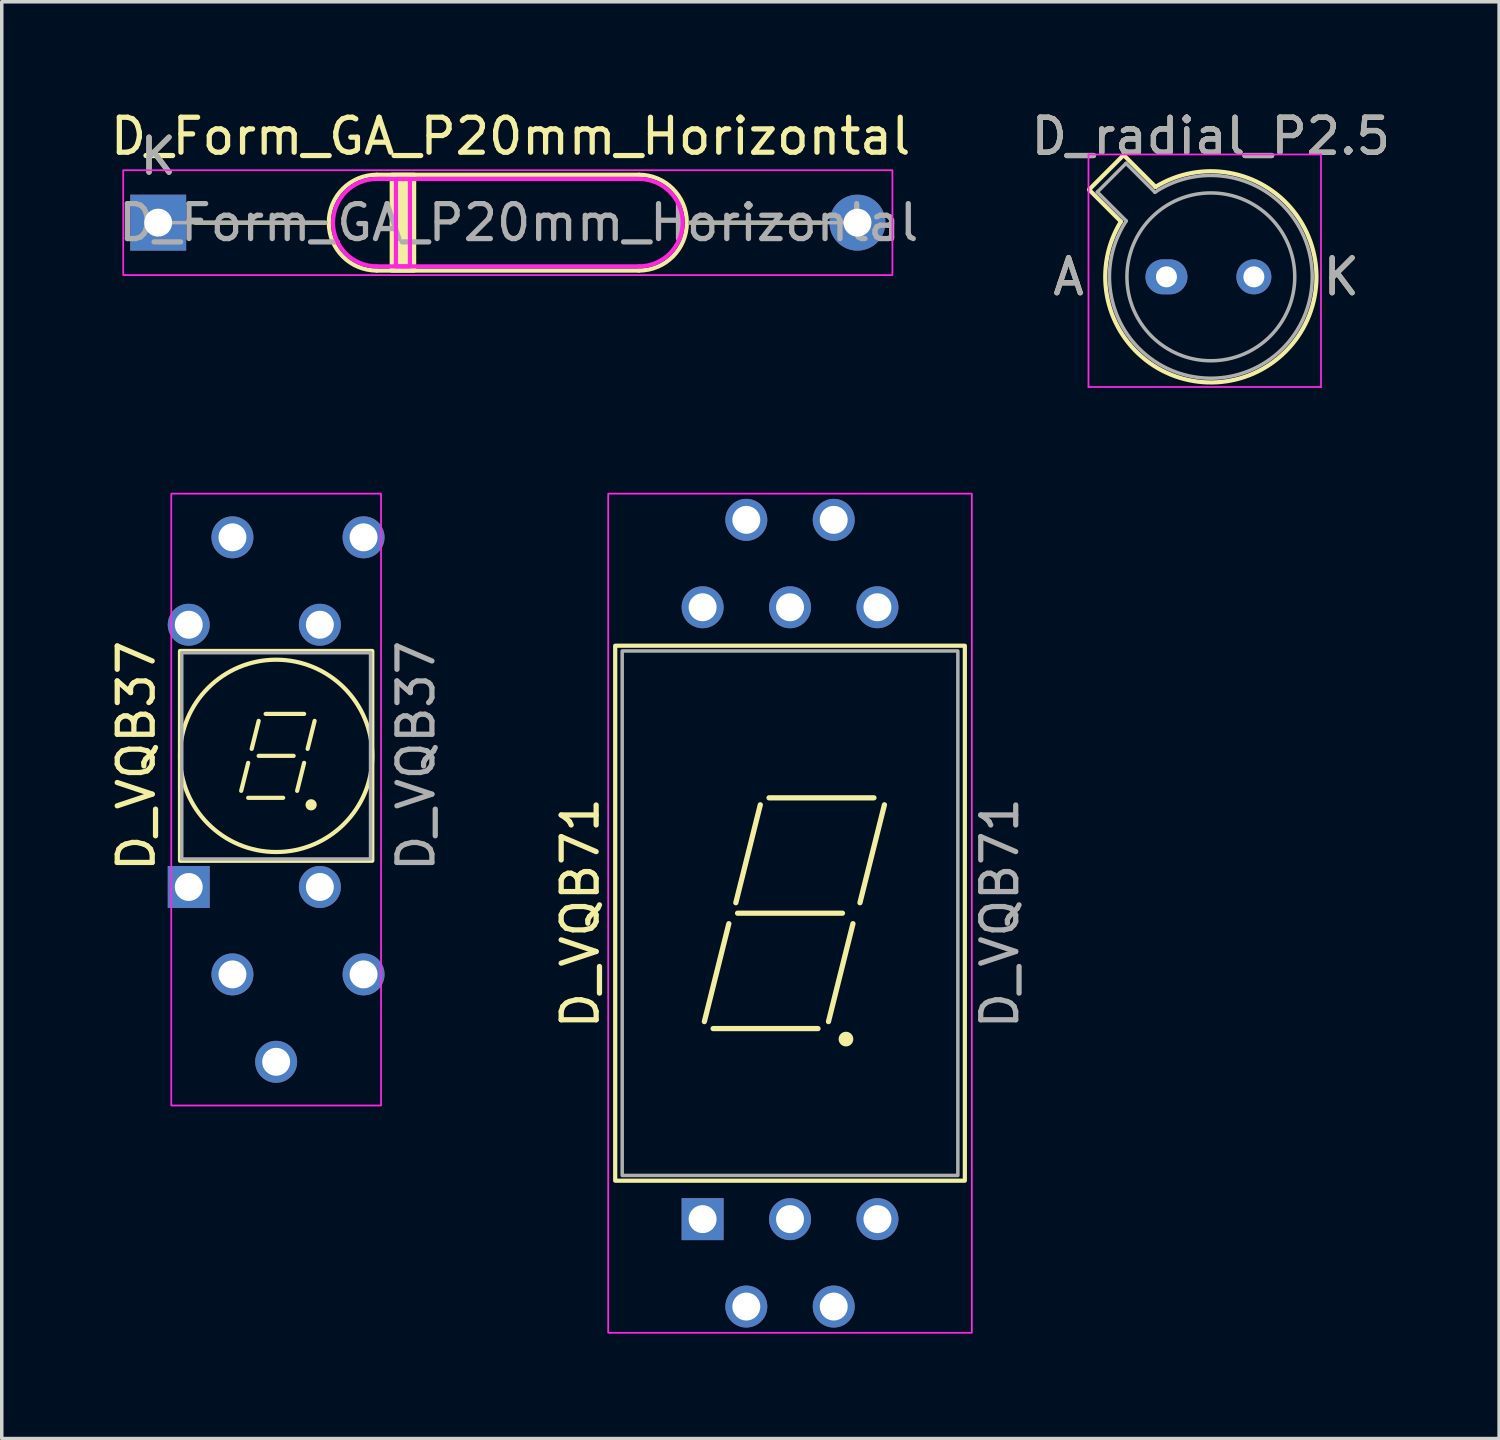
<source format=kicad_pcb>
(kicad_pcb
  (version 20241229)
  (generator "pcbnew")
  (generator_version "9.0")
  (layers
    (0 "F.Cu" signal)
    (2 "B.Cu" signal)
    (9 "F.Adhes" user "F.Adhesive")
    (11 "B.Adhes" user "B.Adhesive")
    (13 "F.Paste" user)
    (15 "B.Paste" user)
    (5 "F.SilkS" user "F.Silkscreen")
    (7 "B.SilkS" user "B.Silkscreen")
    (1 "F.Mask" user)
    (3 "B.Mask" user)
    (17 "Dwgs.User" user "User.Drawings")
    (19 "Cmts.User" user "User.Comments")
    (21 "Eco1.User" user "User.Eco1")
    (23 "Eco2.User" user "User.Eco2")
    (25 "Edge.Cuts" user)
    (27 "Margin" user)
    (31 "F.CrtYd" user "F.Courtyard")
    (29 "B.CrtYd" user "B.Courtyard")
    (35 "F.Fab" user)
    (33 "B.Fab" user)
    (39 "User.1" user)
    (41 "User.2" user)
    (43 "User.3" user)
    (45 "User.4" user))
  (footprint "D_Form_GA_P20mm_Horizontal"
    (layer "F.Cu")
    (at 1.474 3.318)
    (property "Reference" "D_Form_GA_P20mm_Horizontal" (at 10.08 -2.47 0) (layer "F.SilkS") (effects (font (size 1 1) (thickness 0.15))))
    (attr through_hole)
    (fp_line (start 1.06 0) (end 4.78 0) (stroke (width 0.12) (type solid)) (layer "F.SilkS"))
    (fp_line (start 13.75 -1.37) (end 6.25 -1.37) (stroke (width 0.12) (type solid)) (layer "F.SilkS"))
    (fp_line (start 13.75 1.37) (end 6.25 1.37) (stroke (width 0.12) (type solid)) (layer "F.SilkS"))
    (fp_line (start 18.94 0) (end 15.22 0) (stroke (width 0.12) (type solid)) (layer "F.SilkS"))
    (fp_rect (start 6.68 -1.37) (end 7.32 1.37) (stroke (width 0.12) (type solid)) (fill yes) (layer "F.SilkS"))
    (fp_arc (start 6.25 1.37) (mid 4.88 0) (end 6.25 -1.37) (stroke (width 0.12) (type solid)) (layer "F.SilkS"))
    (fp_arc (start 13.75 -1.37) (mid 15.12 0) (end 13.75 1.37) (stroke (width 0.12) (type solid)) (layer "F.SilkS"))
    (fp_line (start 13.75 -1.25) (end 6.25 -1.25) (stroke (width 0.12) (type solid)) (layer "F.CrtYd"))
    (fp_line (start 13.75 1.25) (end 6.25 1.25) (stroke (width 0.12) (type solid)) (layer "F.CrtYd"))
    (fp_rect (start 6.8 -1.25) (end 7.2 1.25) (stroke (width 0.12) (type solid)) (fill no) (layer "F.CrtYd"))
    (fp_rect (start 21 1.5) (end -1 -1.5) (stroke (width 0.05) (type solid)) (fill no) (layer "F.CrtYd"))
    (fp_arc (start 6.25 1.25) (mid 5 0) (end 6.25 -1.25) (stroke (width 0.12) (type solid)) (layer "F.CrtYd"))
    (fp_arc (start 13.75 -1.25) (mid 15 0) (end 13.75 1.25) (stroke (width 0.12) (type solid)) (layer "F.CrtYd"))
    (fp_line (start 0 0) (end 4.8 0) (stroke (width 0.1) (type solid)) (layer "F.Fab"))
    (fp_line (start 20 0) (end 15.2 0) (stroke (width 0.1) (type solid)) (layer "F.Fab"))
    (fp_text user "K" (at 0 -1.9 0) (layer "F.SilkS") (effects (font (size 1 1) (thickness 0.15))))
    (fp_text user "${REFERENCE}" (at 10.31 0 0) (layer "F.Fab") (effects (font (size 1 1) (thickness 0.15))))
    (fp_text user "K" (at 0 -1.9 0) (layer "F.Fab") (effects (font (size 1 1) (thickness 0.15))))
    (pad "1" thru_hole rect (at 0 0) (size 1.6 1.6) (drill 0.8) (layers "*.Cu" "*.Mask"))
    (pad "2" thru_hole oval (at 20 0) (size 1.6 1.6) (drill 0.8) (layers "*.Cu" "*.Mask")))
  (footprint "D_VQB37"
    (layer "F.Cu")
    (at 4.848 18.568)
    (property "Reference" "D_VQB37" (at -4 0 90) (layer "F.SilkS") (effects (font (size 1 1) (thickness 0.15))))
    (attr through_hole)
    (fp_line (start -1 1) (end -0.8 0.2) (stroke (width 0.12) (type solid)) (layer "F.SilkS"))
    (fp_line (start -0.8 1.2) (end 0.2 1.2) (stroke (width 0.12) (type solid)) (layer "F.SilkS"))
    (fp_line (start -0.7 -0.2) (end -0.5 -1) (stroke (width 0.12) (type solid)) (layer "F.SilkS"))
    (fp_line (start -0.5 0) (end 0.5 0) (stroke (width 0.12) (type solid)) (layer "F.SilkS"))
    (fp_line (start -0.3 -1.2) (end 0.8 -1.2) (stroke (width 0.12) (type solid)) (layer "F.SilkS"))
    (fp_line (start 0.6 1) (end 0.8 0.2) (stroke (width 0.12) (type solid)) (layer "F.SilkS"))
    (fp_line (start 0.9 -0.2) (end 1.1 -1) (stroke (width 0.12) (type solid)) (layer "F.SilkS"))
    (fp_rect (start -2.75 -3) (end 2.75 3) (stroke (width 0.12) (type solid)) (fill no) (layer "F.SilkS"))
    (fp_circle (center 0 0) (end 2.75 0) (stroke (width 0.12) (type solid)) (fill no) (layer "F.SilkS"))
    (fp_circle (center 1 1.4) (end 1.1 1.4) (stroke (width 0.12) (type solid)) (fill yes) (layer "F.SilkS"))
    (fp_rect (start -3 -7.5) (end 3 10) (stroke (width 0.05) (type solid)) (fill no) (layer "F.CrtYd"))
    (fp_rect (start -2.7 -2.95) (end 2.7 2.95) (stroke (width 0.1) (type solid)) (fill no) (layer "F.Fab"))
    (fp_text user "${REFERENCE}" (at 4 0 90) (layer "F.Fab") (effects (font (size 1 1) (thickness 0.15))))
    (pad "1" thru_hole rect (at -2.5 3.75) (size 1.2 1.2) (drill 0.8) (layers "*.Cu" "*.Mask"))
    (pad "2" thru_hole circle (at -1.25 6.25) (size 1.2 1.2) (drill 0.8) (layers "*.Cu" "*.Mask"))
    (pad "3" thru_hole circle (at 0 8.75) (size 1.2 1.2) (drill 0.8) (layers "*.Cu" "*.Mask"))
    (pad "4" thru_hole circle (at 1.25 3.75) (size 1.2 1.2) (drill 0.8) (layers "*.Cu" "*.Mask"))
    (pad "5" thru_hole circle (at 2.5 6.25) (size 1.2 1.2) (drill 0.8) (layers "*.Cu" "*.Mask"))
    (pad "6" thru_hole circle (at 2.5 -6.25) (size 1.2 1.2) (drill 0.8) (layers "*.Cu" "*.Mask"))
    (pad "7" thru_hole circle (at 1.25 -3.75) (size 1.2 1.2) (drill 0.8) (layers "*.Cu" "*.Mask"))
    (pad "9" thru_hole circle (at -1.25 -6.25) (size 1.2 1.2) (drill 0.8) (layers "*.Cu" "*.Mask"))
    (pad "10" thru_hole circle (at -2.5 -3.75) (size 1.2 1.2) (drill 0.8) (layers "*.Cu" "*.Mask")))
  (footprint "D_VQB71"
    (layer "F.Cu")
    (at 19.545 23.068)
    (property "Reference" "D_VQB71" (at -6 0 90) (layer "F.SilkS") (effects (font (size 1 1) (thickness 0.15))))
    (attr through_hole)
    (fp_line (start -2.45 3.1) (end -1.75 0.3) (stroke (width 0.15) (type solid)) (layer "F.SilkS"))
    (fp_line (start -2.2 3.3) (end 0.8 3.3) (stroke (width 0.15) (type solid)) (layer "F.SilkS"))
    (fp_line (start -1.55 -0.3) (end -0.85 -3.1) (stroke (width 0.15) (type solid)) (layer "F.SilkS"))
    (fp_line (start -1.5 0) (end 1.5 0) (stroke (width 0.15) (type solid)) (layer "F.SilkS"))
    (fp_line (start -0.6 -3.3) (end 2.4 -3.3) (stroke (width 0.15) (type solid)) (layer "F.SilkS"))
    (fp_line (start 1.1 3.1) (end 1.8 0.3) (stroke (width 0.15) (type solid)) (layer "F.SilkS"))
    (fp_line (start 2 -0.3) (end 2.7 -3.1) (stroke (width 0.15) (type solid)) (layer "F.SilkS"))
    (fp_rect (start -5 -7.65) (end 5 7.65) (stroke (width 0.12) (type solid)) (fill no) (layer "F.SilkS"))
    (fp_circle (center 1.6 3.6) (end 1.75 3.6) (stroke (width 0.12) (type solid)) (fill yes) (layer "F.SilkS"))
    (fp_rect (start -5.2 -12) (end 5.2 12) (stroke (width 0.05) (type solid)) (fill no) (layer "F.CrtYd"))
    (fp_rect (start -4.8 -7.5) (end 4.8 7.5) (stroke (width 0.1) (type solid)) (fill no) (layer "F.Fab"))
    (fp_text user "${REFERENCE}" (at 6 0 90) (layer "F.Fab") (effects (font (size 1 1) (thickness 0.15))))
    (pad "1" thru_hole rect (at -2.5 8.75) (size 1.2 1.2) (drill 0.8) (layers "*.Cu" "*.Mask"))
    (pad "2" thru_hole circle (at -1.25 11.25) (size 1.2 1.2) (drill 0.8) (layers "*.Cu" "*.Mask"))
    (pad "3" thru_hole circle (at 0 8.75) (size 1.2 1.2) (drill 0.8) (layers "*.Cu" "*.Mask"))
    (pad "4" thru_hole circle (at 1.25 11.25) (size 1.2 1.2) (drill 0.8) (layers "*.Cu" "*.Mask"))
    (pad "5" thru_hole circle (at 2.5 8.75) (size 1.2 1.2) (drill 0.8) (layers "*.Cu" "*.Mask"))
    (pad "6" thru_hole circle (at 2.5 -8.75) (size 1.2 1.2) (drill 0.8) (layers "*.Cu" "*.Mask"))
    (pad "7" thru_hole circle (at 1.25 -11.25) (size 1.2 1.2) (drill 0.8) (layers "*.Cu" "*.Mask"))
    (pad "8" thru_hole circle (at 0 -8.75) (size 1.2 1.2) (drill 0.8) (layers "*.Cu" "*.Mask"))
    (pad "9" thru_hole circle (at -1.25 -11.25) (size 1.2 1.2) (drill 0.8) (layers "*.Cu" "*.Mask"))
    (pad "10" thru_hole circle (at -2.5 -8.75) (size 1.2 1.2) (drill 0.8) (layers "*.Cu" "*.Mask")))
  (footprint "D_radial_P2.5"
    (layer "F.Cu")
    (at 30.311 4.868)
    (property "Reference" "D_radial_P2.5" (at 1.27 -4.02 0) (layer "F.SilkS") (effects (font (size 1 1) (thickness 0.15))))
    (attr through_hole)
    (fp_line (start -2.214 -2.494) (end -1.302 -1.582) (stroke (width 0.12) (type solid)) (layer "F.SilkS"))
    (fp_line (start -1.224 -3.484) (end -2.214 -2.494) (stroke (width 0.12) (type solid)) (layer "F.SilkS"))
    (fp_line (start -0.312 -2.572) (end -1.224 -3.484) (stroke (width 0.12) (type solid)) (layer "F.SilkS"))
    (fp_arc (start -0.312331 -2.572281) (mid 3.405374 2.135551) (end -1.30215 -1.582544) (stroke (width 0.12) (type solid)) (layer "F.SilkS"))
    (fp_line (start -2.23 -3.5) (end -2.23 3.15) (stroke (width 0.05) (type solid)) (layer "F.CrtYd"))
    (fp_line (start -2.23 3.15) (end 4.42 3.15) (stroke (width 0.05) (type solid)) (layer "F.CrtYd"))
    (fp_line (start 4.42 -3.5) (end -2.23 -3.5) (stroke (width 0.05) (type solid)) (layer "F.CrtYd"))
    (fp_line (start 4.42 3.15) (end 4.42 -3.5) (stroke (width 0.05) (type solid)) (layer "F.CrtYd"))
    (fp_line (start -1.977 -2.426) (end -1.149 -1.599) (stroke (width 0.1) (type solid)) (layer "F.Fab"))
    (fp_line (start -1.156 -3.247) (end -1.977 -2.426) (stroke (width 0.1) (type solid)) (layer "F.Fab"))
    (fp_line (start -0.329 -2.419) (end -1.156 -3.247) (stroke (width 0.1) (type solid)) (layer "F.Fab"))
    (fp_arc (start -0.329057 -2.419301) (mid 3.321076 2.050143) (end -1.150029 -1.597956) (stroke (width 0.1) (type solid)) (layer "F.Fab"))
    (fp_circle (center 1.27 0) (end 3.67 0) (stroke (width 0.1) (type solid)) (fill no) (layer "F.Fab"))
    (fp_text user "K" (at 5 0 0) (layer "F.SilkS") (effects (font (size 1 1) (thickness 0.15))))
    (fp_text user "A" (at -2.8 0 0) (layer "F.SilkS") (effects (font (size 1 1) (thickness 0.15))))
    (fp_text user "A" (at -2.8 0 0) (layer "F.Fab") (effects (font (size 1 1) (thickness 0.15))))
    (fp_text user "K" (at 5 0 0) (layer "F.Fab") (effects (font (size 1 1) (thickness 0.15))))
    (fp_text user "${REFERENCE}" (at 1.27 -4.02 0) (layer "F.Fab") (effects (font (size 1 1) (thickness 0.15))))
    (pad "1" thru_hole oval (at 0 0) (size 1.2 1) (drill 0.6) (layers "*.Cu" "*.Mask"))
    (pad "2" thru_hole oval (at 2.5 0) (size 1 1) (drill 0.6) (layers "*.Cu" "*.Mask")))
  (gr_rect
    (start -3 -3)
    (end 39.825 38.093)
    (stroke (width 0.1) (type default))
    (fill no)
    (layer "Edge.Cuts")))
</source>
